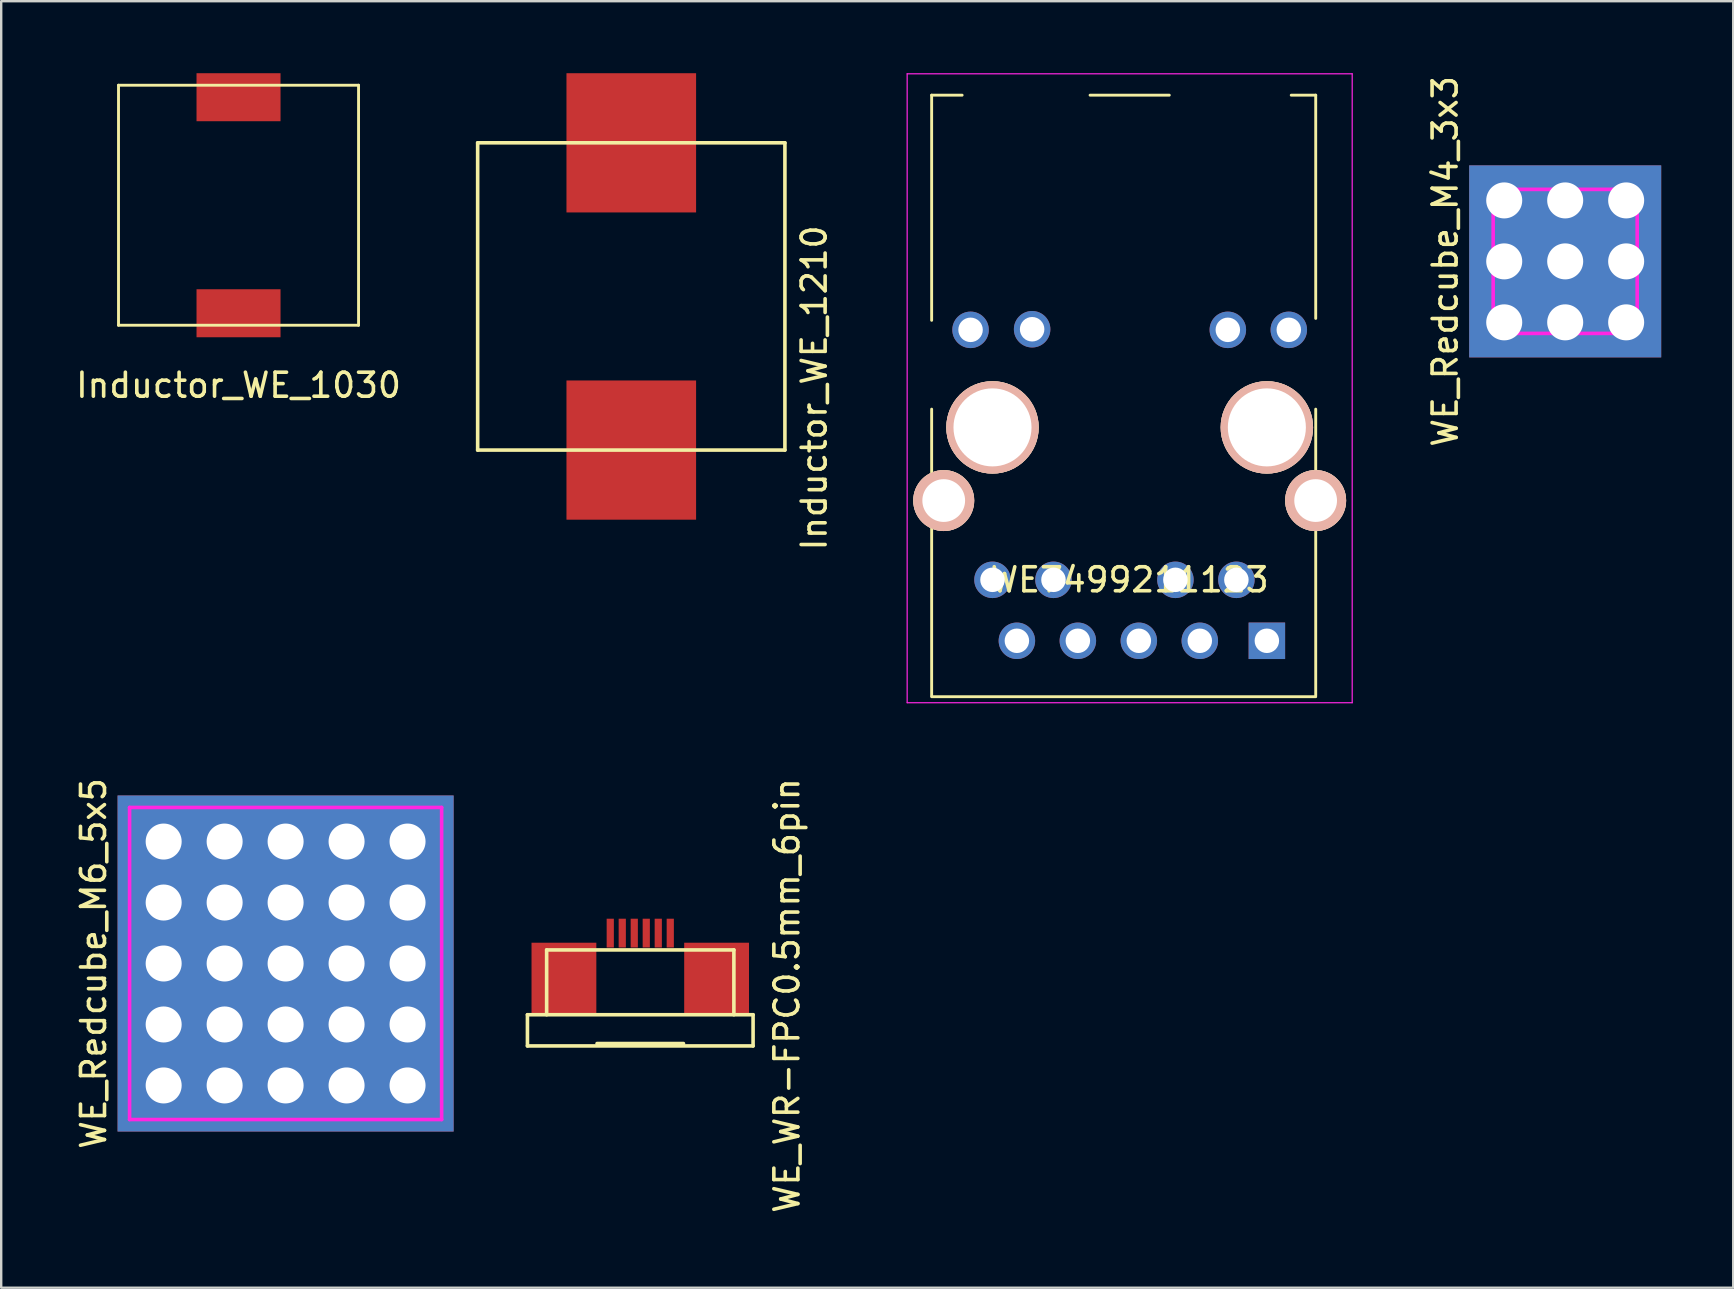
<source format=kicad_pcb>
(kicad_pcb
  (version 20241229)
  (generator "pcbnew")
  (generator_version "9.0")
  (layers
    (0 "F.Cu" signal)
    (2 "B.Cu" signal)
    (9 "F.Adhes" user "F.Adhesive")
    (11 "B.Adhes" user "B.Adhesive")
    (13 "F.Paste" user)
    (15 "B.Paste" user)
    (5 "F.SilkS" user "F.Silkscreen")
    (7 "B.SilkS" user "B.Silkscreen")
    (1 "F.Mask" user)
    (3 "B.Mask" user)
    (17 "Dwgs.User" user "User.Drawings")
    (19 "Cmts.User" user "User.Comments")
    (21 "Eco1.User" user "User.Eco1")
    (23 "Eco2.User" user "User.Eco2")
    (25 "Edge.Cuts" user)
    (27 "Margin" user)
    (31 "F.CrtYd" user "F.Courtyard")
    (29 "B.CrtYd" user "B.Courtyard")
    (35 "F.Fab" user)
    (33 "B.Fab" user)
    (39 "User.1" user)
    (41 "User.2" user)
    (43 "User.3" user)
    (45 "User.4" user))
  (footprint "WE_Redcube_M4_3x3"
    (layer "F.Cu")
    (at 62.155 7.839)
    (property "Reference" "WE_Redcube_M4_3x3" (at -5 0 90) (layer "F.SilkS") (effects (font (size 1 1) (thickness 0.15))))
    (attr through_hole)
    (fp_line (start -3 -3) (end -3 3) (stroke (width 0.15) (type solid)) (layer "F.CrtYd"))
    (fp_line (start 3 -3) (end -3 -3) (stroke (width 0.15) (type solid)) (layer "F.CrtYd"))
    (fp_line (start 3 -3) (end 3 3) (stroke (width 0.15) (type solid)) (layer "F.CrtYd"))
    (fp_line (start 3 3) (end -3 3) (stroke (width 0.15) (type solid)) (layer "F.CrtYd"))
    (pad "1" thru_hole circle (at -2.54 -2.54) (size 1.5 1.5) (drill 1.5) (layers "*.Cu" "*.Mask"))
    (pad "1" thru_hole circle (at -2.54 0) (size 1.5 1.5) (drill 1.5) (layers "*.Cu" "*.Mask"))
    (pad "1" thru_hole circle (at -2.54 2.54) (size 1.5 1.5) (drill 1.5) (layers "*.Cu" "*.Mask"))
    (pad "1" thru_hole circle (at 0 -2.54) (size 1.5 1.5) (drill 1.5) (layers "*.Cu" "*.Mask"))
    (pad "1" thru_hole circle (at 0 0) (size 1.5 1.5) (drill 1.5) (layers "*.Cu" "*.Mask"))
    (pad "1" smd rect (at 0 0) (size 8 8) (layers "F.Cu" "F.Mask" "F.Paste"))
    (pad "1" smd rect (at 0 0) (size 8 8) (layers "B.Cu" "B.Mask" "B.Paste"))
    (pad "1" thru_hole circle (at 0 2.54) (size 1.5 1.5) (drill 1.5) (layers "*.Cu" "*.Mask"))
    (pad "1" thru_hole circle (at 2.54 -2.54) (size 1.5 1.5) (drill 1.5) (layers "*.Cu" "*.Mask"))
    (pad "1" thru_hole circle (at 2.54 0) (size 1.5 1.5) (drill 1.5) (layers "*.Cu" "*.Mask"))
    (pad "1" thru_hole circle (at 2.54 2.54) (size 1.5 1.5) (drill 1.5) (layers "*.Cu" "*.Mask")))
  (footprint "WE7499211123"
    (layer "F.Cu")
    (at 44.012 14.755)
    (property "Reference" "WE7499211123" (at 0 6.35 0) (layer "F.SilkS") (effects (font (size 1 1) (thickness 0.15))))
    (attr through_hole)
    (fp_line (start -8.25 -13.84) (end -8.25 -4.46) (stroke (width 0.12) (type solid)) (layer "F.SilkS"))
    (fp_line (start -8.25 -13.84) (end -6.98 -13.84) (stroke (width 0.12) (type solid)) (layer "F.SilkS"))
    (fp_line (start -8.25 11.18) (end -8.25 -0.76) (stroke (width 0.12) (type solid)) (layer "F.SilkS"))
    (fp_line (start -8.25 11.22) (end 7.75 11.22) (stroke (width 0.12) (type solid)) (layer "F.SilkS"))
    (fp_line (start -1.65 -13.84) (end 1.65 -13.84) (stroke (width 0.12) (type solid)) (layer "F.SilkS"))
    (fp_line (start 7.75 -13.84) (end 6.73 -13.84) (stroke (width 0.12) (type solid)) (layer "F.SilkS"))
    (fp_line (start 7.75 -13.84) (end 7.75 -4.54) (stroke (width 0.12) (type solid)) (layer "F.SilkS"))
    (fp_line (start 7.75 11.18) (end 7.75 -0.76) (stroke (width 0.12) (type solid)) (layer "F.SilkS"))
    (fp_line (start -9.27 -14.73) (end -9.27 11.47) (stroke (width 0.05) (type solid)) (layer "F.CrtYd"))
    (fp_line (start -9.27 -14.73) (end 9.27 -14.73) (stroke (width 0.05) (type solid)) (layer "F.CrtYd"))
    (fp_line (start 9.27 11.47) (end -9.27 11.47) (stroke (width 0.05) (type solid)) (layer "F.CrtYd"))
    (fp_line (start 9.27 11.47) (end 9.27 -14.73) (stroke (width 0.05) (type solid)) (layer "F.CrtYd"))
    (pad "1" thru_hole rect (at 5.715 8.89) (size 1.52 1.52) (drill 1.02) (layers "*.Cu" "*.Mask"))
    (pad "2" thru_hole circle (at 4.445 6.35) (size 1.52 1.52) (drill 1.02) (layers "*.Cu" "*.Mask"))
    (pad "3" thru_hole circle (at 2.921 8.89) (size 1.52 1.52) (drill 1.02) (layers "*.Cu" "*.Mask"))
    (pad "4" thru_hole circle (at 1.905 6.35) (size 1.52 1.52) (drill 1.02) (layers "*.Cu" "*.Mask"))
    (pad "5" thru_hole circle (at 0.381 8.89) (size 1.52 1.52) (drill 1.02) (layers "*.Cu" "*.Mask"))
    (pad "7" thru_hole circle (at -2.159 8.89) (size 1.52 1.52) (drill 1.02) (layers "*.Cu" "*.Mask"))
    (pad "8" thru_hole circle (at -3.175 6.35) (size 1.52 1.52) (drill 1.02) (layers "*.Cu" "*.Mask"))
    (pad "9" thru_hole circle (at -4.699 8.89) (size 1.52 1.52) (drill 1.02) (layers "*.Cu" "*.Mask"))
    (pad "10" thru_hole circle (at -5.715 6.35) (size 1.52 1.52) (drill 1.02) (layers "*.Cu" "*.Mask"))
    (pad "11" thru_hole circle (at 6.629 -4.064) (size 1.52 1.52) (drill 1.02) (layers "*.Cu" "*.Mask"))
    (pad "12" thru_hole circle (at 4.089 -4.064) (size 1.52 1.52) (drill 1.02) (layers "*.Cu" "*.Mask"))
    (pad "13" thru_hole circle (at -4.064 -4.089) (size 1.52 1.52) (drill 1.02) (layers "*.Cu" "*.Mask"))
    (pad "14" thru_hole circle (at -6.629 -4.064) (size 1.52 1.52) (drill 1.02) (layers "*.Cu" "*.Mask"))
    (pad "Hole" thru_hole circle (at -5.715 0) (size 3.85 3.85) (drill 3.251) (layers "*.Cu" "*.SilkS" "*.Mask"))
    (pad "Hole" thru_hole circle (at 5.715 0) (size 3.85 3.85) (drill 3.251) (layers "*.Cu" "*.SilkS" "*.Mask"))
    (pad "S" thru_hole circle (at -7.747 3.048) (size 2.54 2.54) (drill 1.78) (layers "*.Cu" "*.SilkS" "*.Mask"))
    (pad "S" thru_hole circle (at 7.747 3.048) (size 2.54 2.54) (drill 1.78) (layers "*.Cu" "*.SilkS" "*.Mask")))
  (footprint "WE_Redcube_M6_5x5"
    (layer "F.Cu")
    (at 8.848 37.089)
    (property "Reference" "WE_Redcube_M6_5x5" (at -8 0 90) (layer "F.SilkS") (effects (font (size 1 1) (thickness 0.15))))
    (attr through_hole)
    (fp_line (start -6.5 -6.5) (end -6.5 6.5) (stroke (width 0.15) (type solid)) (layer "F.CrtYd"))
    (fp_line (start 6.5 -6.5) (end -6.5 -6.5) (stroke (width 0.15) (type solid)) (layer "F.CrtYd"))
    (fp_line (start 6.5 -6.5) (end 6.5 6.5) (stroke (width 0.15) (type solid)) (layer "F.CrtYd"))
    (fp_line (start 6.5 6.5) (end -6.5 6.5) (stroke (width 0.15) (type solid)) (layer "F.CrtYd"))
    (pad "1" thru_hole circle (at -5.08 -5.08) (size 1.5 1.5) (drill 1.5) (layers "*.Cu" "*.Mask"))
    (pad "1" thru_hole circle (at -5.08 -2.54) (size 1.5 1.5) (drill 1.5) (layers "*.Cu" "*.Mask"))
    (pad "1" thru_hole circle (at -5.08 0) (size 1.5 1.5) (drill 1.5) (layers "*.Cu" "*.Mask"))
    (pad "1" thru_hole circle (at -5.08 2.54) (size 1.5 1.5) (drill 1.5) (layers "*.Cu" "*.Mask"))
    (pad "1" thru_hole circle (at -5.08 5.08) (size 1.5 1.5) (drill 1.5) (layers "*.Cu" "*.Mask"))
    (pad "1" thru_hole circle (at -2.54 -5.08) (size 1.5 1.5) (drill 1.5) (layers "*.Cu" "*.Mask"))
    (pad "1" thru_hole circle (at -2.54 -2.54) (size 1.5 1.5) (drill 1.5) (layers "*.Cu" "*.Mask"))
    (pad "1" thru_hole circle (at -2.54 0) (size 1.5 1.5) (drill 1.5) (layers "*.Cu" "*.Mask"))
    (pad "1" thru_hole circle (at -2.54 2.54) (size 1.5 1.5) (drill 1.5) (layers "*.Cu" "*.Mask"))
    (pad "1" thru_hole circle (at -2.54 5.08) (size 1.5 1.5) (drill 1.5) (layers "*.Cu" "*.Mask"))
    (pad "1" thru_hole circle (at 0 -5.08) (size 1.5 1.5) (drill 1.5) (layers "*.Cu" "*.Mask"))
    (pad "1" thru_hole circle (at 0 -2.54) (size 1.5 1.5) (drill 1.5) (layers "*.Cu" "*.Mask"))
    (pad "1" thru_hole circle (at 0 0) (size 1.5 1.5) (drill 1.5) (layers "*.Cu" "*.Mask"))
    (pad "1" smd rect (at 0 0) (size 14 14) (layers "F.Cu" "F.Mask" "F.Paste"))
    (pad "1" smd rect (at 0 0) (size 14 14) (layers "B.Cu" "B.Mask" "B.Paste"))
    (pad "1" thru_hole circle (at 0 2.54) (size 1.5 1.5) (drill 1.5) (layers "*.Cu" "*.Mask"))
    (pad "1" thru_hole circle (at 0 5.08) (size 1.5 1.5) (drill 1.5) (layers "*.Cu" "*.Mask"))
    (pad "1" thru_hole circle (at 2.54 -5.08) (size 1.5 1.5) (drill 1.5) (layers "*.Cu" "*.Mask"))
    (pad "1" thru_hole circle (at 2.54 -2.54) (size 1.5 1.5) (drill 1.5) (layers "*.Cu" "*.Mask"))
    (pad "1" thru_hole circle (at 2.54 0) (size 1.5 1.5) (drill 1.5) (layers "*.Cu" "*.Mask"))
    (pad "1" thru_hole circle (at 2.54 2.54) (size 1.5 1.5) (drill 1.5) (layers "*.Cu" "*.Mask"))
    (pad "1" thru_hole circle (at 2.54 5.08) (size 1.5 1.5) (drill 1.5) (layers "*.Cu" "*.Mask"))
    (pad "1" thru_hole circle (at 5.08 -5.08) (size 1.5 1.5) (drill 1.5) (layers "*.Cu" "*.Mask"))
    (pad "1" thru_hole circle (at 5.08 -2.54) (size 1.5 1.5) (drill 1.5) (layers "*.Cu" "*.Mask"))
    (pad "1" thru_hole circle (at 5.08 0) (size 1.5 1.5) (drill 1.5) (layers "*.Cu" "*.Mask"))
    (pad "1" thru_hole circle (at 5.08 2.54) (size 1.5 1.5) (drill 1.5) (layers "*.Cu" "*.Mask"))
    (pad "1" thru_hole circle (at 5.08 5.08) (size 1.5 1.5) (drill 1.5) (layers "*.Cu" "*.Mask")))
  (footprint "WE_WR-FPC0.5mm_6pin"
    (layer "F.Cu")
    (at 23.623 35.823)
    (property "Reference" "WE_WR-FPC0.5mm_6pin" (at 6.11 2.6 90) (layer "F.SilkS") (effects (font (size 1 1) (thickness 0.15))))
    (attr through_hole)
    (fp_line (start -4.7 3.4) (end -4.7 4.7) (stroke (width 0.15) (type solid)) (layer "F.SilkS"))
    (fp_line (start -4.7 3.4) (end 4.7 3.4) (stroke (width 0.15) (type solid)) (layer "F.SilkS"))
    (fp_line (start -4.7 4.7) (end 4.7 4.7) (stroke (width 0.15) (type solid)) (layer "F.SilkS"))
    (fp_line (start -3.9 0.7) (end 3.9 0.7) (stroke (width 0.15) (type solid)) (layer "F.SilkS"))
    (fp_line (start -3.9 3.4) (end -3.9 0.7) (stroke (width 0.15) (type solid)) (layer "F.SilkS"))
    (fp_line (start -1.8 4.6) (end 1.8 4.6) (stroke (width 0.15) (type solid)) (layer "F.SilkS"))
    (fp_line (start 3.9 0.7) (end 3.9 3.4) (stroke (width 0.15) (type solid)) (layer "F.SilkS"))
    (fp_line (start 4.7 3.4) (end 4.7 4.7) (stroke (width 0.15) (type solid)) (layer "F.SilkS"))
    (pad "" smd rect (at -3.18 1.9) (size 2.7 3) (layers "F.Cu" "F.Mask" "F.Paste"))
    (pad "" smd rect (at 3.18 1.9) (size 2.7 3) (layers "F.Cu" "F.Mask" "F.Paste"))
    (pad "1" smd rect (at -1.25 0) (size 0.3 1.2) (layers "F.Cu" "F.Mask" "F.Paste"))
    (pad "2" smd rect (at -0.75 0) (size 0.3 1.2) (layers "F.Cu" "F.Mask" "F.Paste"))
    (pad "3" smd rect (at -0.25 0) (size 0.3 1.2) (layers "F.Cu" "F.Mask" "F.Paste"))
    (pad "4" smd rect (at 0.25 0) (size 0.3 1.2) (layers "F.Cu" "F.Mask" "F.Paste"))
    (pad "5" smd rect (at 0.75 0) (size 0.3 1.2) (layers "F.Cu" "F.Mask" "F.Paste"))
    (pad "6" smd rect (at 1.25 0) (size 0.3 1.2) (layers "F.Cu" "F.Mask" "F.Paste")))
  (footprint "Inductor_WE_1030"
    (layer "F.Cu")
    (at 6.887 5.5)
    (property "Reference" "Inductor_WE_1030" (at 0 7.5 0) (layer "F.SilkS") (effects (font (size 1 1) (thickness 0.15))))
    (attr through_hole)
    (fp_line (start -5 -5) (end 5 -5) (stroke (width 0.12) (type solid)) (layer "F.SilkS"))
    (fp_line (start -5 5) (end -5 -5) (stroke (width 0.12) (type solid)) (layer "F.SilkS"))
    (fp_line (start 5 -5) (end 5 5) (stroke (width 0.12) (type solid)) (layer "F.SilkS"))
    (fp_line (start 5 5) (end -5 5) (stroke (width 0.12) (type solid)) (layer "F.SilkS"))
    (pad "1" smd rect (at 0 -4.5) (size 3.5 2) (layers "F.Cu" "F.Mask" "F.Paste"))
    (pad "2" smd rect (at 0 4.5) (size 3.5 2) (layers "F.Cu" "F.Mask" "F.Paste")))
  (footprint "Inductor_WE_1210"
    (layer "F.Cu")
    (at 23.249 9.3)
    (property "Reference" "Inductor_WE_1210" (at 7.62 3.81 90) (layer "F.SilkS") (effects (font (size 1 1) (thickness 0.15))))
    (attr through_hole)
    (fp_line (start -6.4 -6.4) (end 6.4 -6.4) (stroke (width 0.15) (type solid)) (layer "F.SilkS"))
    (fp_line (start -6.4 6.4) (end -6.4 -6.4) (stroke (width 0.15) (type solid)) (layer "F.SilkS"))
    (fp_line (start 6.4 -6.4) (end 6.4 6.4) (stroke (width 0.15) (type solid)) (layer "F.SilkS"))
    (fp_line (start 6.4 6.4) (end -6.4 6.4) (stroke (width 0.15) (type solid)) (layer "F.SilkS"))
    (pad "1" smd rect (at 0 6.4) (size 5.4 5.8) (layers "F.Cu" "F.Mask" "F.Paste"))
    (pad "2" smd rect (at 0 -6.4) (size 5.4 5.8) (layers "F.Cu" "F.Mask" "F.Paste")))
  (gr_rect
    (start -3 -3)
    (end 69.155 50.595)
    (stroke (width 0.1) (type default))
    (fill no)
    (layer "Edge.Cuts")))
</source>
